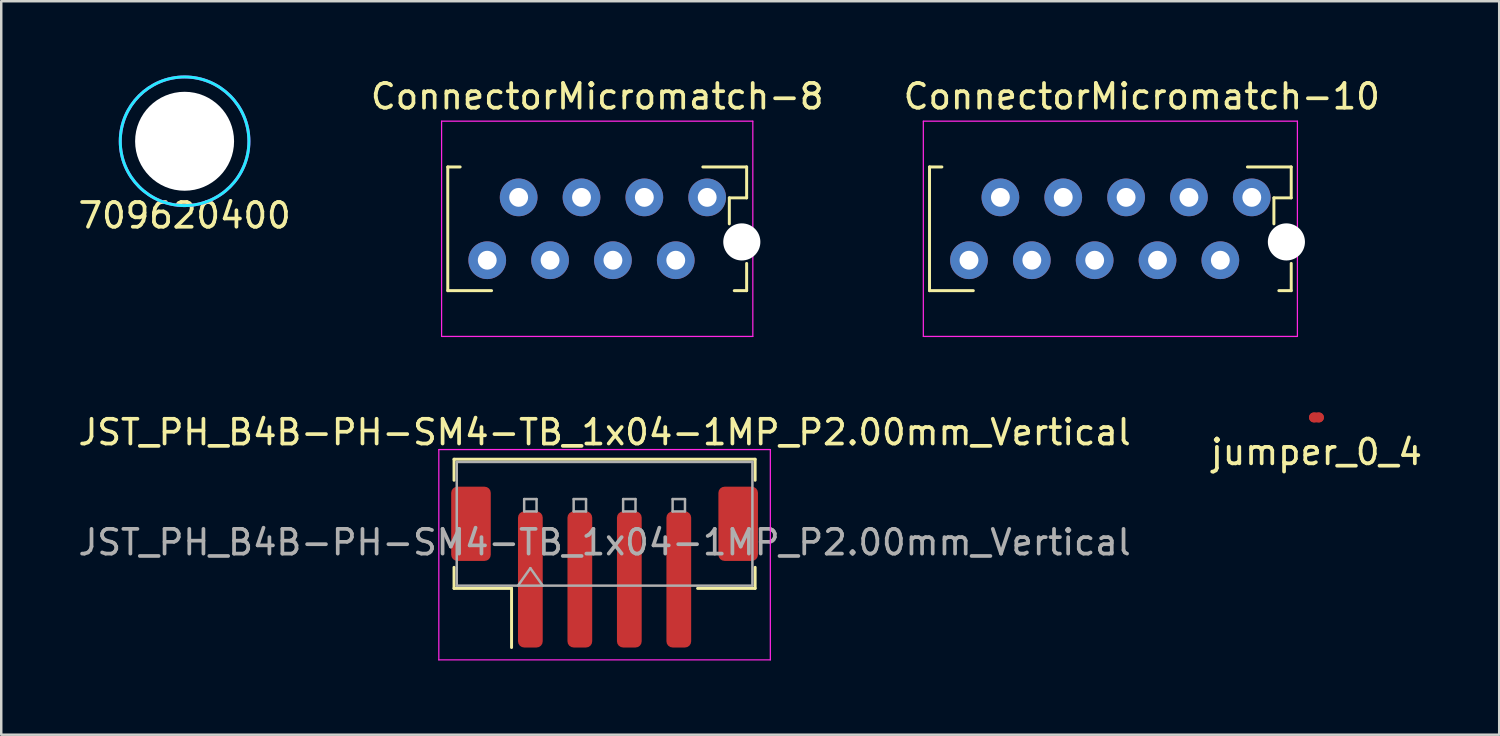
<source format=kicad_pcb>
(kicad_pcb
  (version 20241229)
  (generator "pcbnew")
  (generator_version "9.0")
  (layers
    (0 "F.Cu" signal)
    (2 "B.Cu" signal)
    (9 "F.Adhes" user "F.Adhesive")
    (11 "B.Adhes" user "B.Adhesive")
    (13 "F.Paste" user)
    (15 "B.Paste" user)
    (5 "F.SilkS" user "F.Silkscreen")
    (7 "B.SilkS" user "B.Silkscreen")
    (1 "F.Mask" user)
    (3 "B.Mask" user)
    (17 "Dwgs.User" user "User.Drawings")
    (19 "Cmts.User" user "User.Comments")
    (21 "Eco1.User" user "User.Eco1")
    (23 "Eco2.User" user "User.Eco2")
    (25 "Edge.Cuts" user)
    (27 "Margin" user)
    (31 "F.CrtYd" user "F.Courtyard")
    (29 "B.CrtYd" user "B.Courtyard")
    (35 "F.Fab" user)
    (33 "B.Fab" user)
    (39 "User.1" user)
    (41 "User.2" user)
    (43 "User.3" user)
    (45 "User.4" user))
  (footprint "jumper_0_4"
    (layer "F.Cu")
    (at 50.161 13.823)
    (property "Reference" "jumper_0_4" (at 0 1.4 0) (layer "F.SilkS") (effects (font (size 1 1) (thickness 0.15))))
    (attr through_hole)
    (fp_line (start -0.1 0) (end 0.1 0) (stroke (width 0.4) (type solid)) (layer "F.Cu"))
    (pad "1" smd circle (at -0.1 0) (size 0.4 0.4) (layers "F.Cu"))
    (pad "2" smd circle (at 0.1 0) (size 0.4 0.4) (layers "F.Cu")))
  (footprint "ConnectorMicromatch-10"
    (layer "F.Cu")
    (at 41.831 6.198)
    (property "Reference" "ConnectorMicromatch-10" (at 1.27 -5.35 0) (layer "F.SilkS") (effects (font (size 1 1) (thickness 0.15))))
    (attr smd)
    (fp_line (start -7.31 -2.5) (end -7.31 2.5) (stroke (width 0.12) (type solid)) (layer "F.SilkS"))
    (fp_line (start -7.31 2.5) (end -5.54 2.5) (stroke (width 0.12) (type solid)) (layer "F.SilkS"))
    (fp_line (start -6.81 -2.5) (end -7.31 -2.5) (stroke (width 0.12) (type solid)) (layer "F.SilkS"))
    (fp_line (start 5.54 -2.5) (end 7.31 -2.5) (stroke (width 0.12) (type solid)) (layer "F.SilkS"))
    (fp_line (start 6.61 -1.25) (end 6.61 -0.2) (stroke (width 0.12) (type solid)) (layer "F.SilkS"))
    (fp_line (start 7.31 -2.5) (end 7.31 -1.25) (stroke (width 0.12) (type solid)) (layer "F.SilkS"))
    (fp_line (start 7.31 -1.25) (end 6.61 -1.25) (stroke (width 0.12) (type solid)) (layer "F.SilkS"))
    (fp_line (start 7.31 1.4) (end 7.31 2.5) (stroke (width 0.12) (type solid)) (layer "F.SilkS"))
    (fp_line (start 7.31 2.5) (end 6.81 2.5) (stroke (width 0.12) (type solid)) (layer "F.SilkS"))
    (fp_line (start -7.56 -4.35) (end 7.56 -4.35) (stroke (width 0.05) (type solid)) (layer "F.CrtYd"))
    (fp_line (start -7.56 4.35) (end -7.56 -4.35) (stroke (width 0.05) (type solid)) (layer "F.CrtYd"))
    (fp_line (start 7.56 -4.35) (end 7.56 4.35) (stroke (width 0.05) (type solid)) (layer "F.CrtYd"))
    (fp_line (start 7.56 4.35) (end -7.56 4.35) (stroke (width 0.05) (type solid)) (layer "F.CrtYd"))
    (pad "" np_thru_hole circle (at 7.115 0.53) (size 1.5 1.5) (drill 1.5) (layers "*.Cu" "*.Mask"))
    (pad "1" thru_hole circle (at 5.715 -1.27) (size 1.524 1.524) (drill 0.762) (layers "*.Cu" "*.Mask"))
    (pad "2" thru_hole circle (at 4.445 1.27) (size 1.524 1.524) (drill 0.762) (layers "*.Cu" "*.Mask"))
    (pad "3" thru_hole circle (at 3.175 -1.27) (size 1.524 1.524) (drill 0.762) (layers "*.Cu" "*.Mask"))
    (pad "4" thru_hole circle (at 1.905 1.27) (size 1.524 1.524) (drill 0.762) (layers "*.Cu" "*.Mask"))
    (pad "5" thru_hole circle (at 0.635 -1.27) (size 1.524 1.524) (drill 0.762) (layers "*.Cu" "*.Mask"))
    (pad "6" thru_hole circle (at -0.635 1.27) (size 1.524 1.524) (drill 0.762) (layers "*.Cu" "*.Mask"))
    (pad "7" thru_hole circle (at -1.905 -1.27) (size 1.524 1.524) (drill 0.762) (layers "*.Cu" "*.Mask"))
    (pad "8" thru_hole circle (at -3.175 1.27) (size 1.524 1.524) (drill 0.762) (layers "*.Cu" "*.Mask"))
    (pad "9" thru_hole circle (at -4.445 -1.27) (size 1.524 1.524) (drill 0.762) (layers "*.Cu" "*.Mask"))
    (pad "10" thru_hole circle (at -5.715 1.27) (size 1.524 1.524) (drill 0.762) (layers "*.Cu" "*.Mask")))
  (footprint "ConnectorMicromatch-8"
    (layer "F.Cu")
    (at 21.089 6.198)
    (property "Reference" "ConnectorMicromatch-8" (at 0 -5.35 0) (layer "F.SilkS") (effects (font (size 1 1) (thickness 0.15))))
    (attr smd)
    (fp_line (start -6.04 -2.5) (end -6.04 2.5) (stroke (width 0.12) (type solid)) (layer "F.SilkS"))
    (fp_line (start -6.04 2.5) (end -4.27 2.5) (stroke (width 0.12) (type solid)) (layer "F.SilkS"))
    (fp_line (start -5.54 -2.5) (end -6.04 -2.5) (stroke (width 0.12) (type solid)) (layer "F.SilkS"))
    (fp_line (start 4.27 -2.5) (end 6.04 -2.5) (stroke (width 0.12) (type solid)) (layer "F.SilkS"))
    (fp_line (start 5.34 -1.25) (end 5.34 -0.2) (stroke (width 0.12) (type solid)) (layer "F.SilkS"))
    (fp_line (start 6.04 -2.5) (end 6.04 -1.25) (stroke (width 0.12) (type solid)) (layer "F.SilkS"))
    (fp_line (start 6.04 -1.25) (end 5.34 -1.25) (stroke (width 0.12) (type solid)) (layer "F.SilkS"))
    (fp_line (start 6.04 1.4) (end 6.04 2.5) (stroke (width 0.12) (type solid)) (layer "F.SilkS"))
    (fp_line (start 6.04 2.5) (end 5.54 2.5) (stroke (width 0.12) (type solid)) (layer "F.SilkS"))
    (fp_line (start -6.29 -4.35) (end 6.29 -4.35) (stroke (width 0.05) (type solid)) (layer "F.CrtYd"))
    (fp_line (start -6.29 4.35) (end -6.29 -4.35) (stroke (width 0.05) (type solid)) (layer "F.CrtYd"))
    (fp_line (start 6.29 -4.35) (end 6.29 4.35) (stroke (width 0.05) (type solid)) (layer "F.CrtYd"))
    (fp_line (start 6.29 4.35) (end -6.29 4.35) (stroke (width 0.05) (type solid)) (layer "F.CrtYd"))
    (pad "" np_thru_hole circle (at 5.845 0.53) (size 1.5 1.5) (drill 1.5) (layers "*.Cu" "*.Mask"))
    (pad "1" thru_hole circle (at 4.445 -1.27) (size 1.524 1.524) (drill 0.762) (layers "*.Cu" "*.Mask"))
    (pad "2" thru_hole circle (at 3.175 1.27) (size 1.524 1.524) (drill 0.762) (layers "*.Cu" "*.Mask"))
    (pad "3" thru_hole circle (at 1.905 -1.27) (size 1.524 1.524) (drill 0.762) (layers "*.Cu" "*.Mask"))
    (pad "4" thru_hole circle (at 0.635 1.27) (size 1.524 1.524) (drill 0.762) (layers "*.Cu" "*.Mask"))
    (pad "5" thru_hole circle (at -0.635 -1.27) (size 1.524 1.524) (drill 0.762) (layers "*.Cu" "*.Mask"))
    (pad "6" thru_hole circle (at -1.905 1.27) (size 1.524 1.524) (drill 0.762) (layers "*.Cu" "*.Mask"))
    (pad "7" thru_hole circle (at -3.175 -1.27) (size 1.524 1.524) (drill 0.762) (layers "*.Cu" "*.Mask"))
    (pad "8" thru_hole circle (at -4.445 1.27) (size 1.524 1.524) (drill 0.762) (layers "*.Cu" "*.Mask")))
  (footprint "JST_PH_B4B-PH-SM4-TB_1x04-1MP_P2.00mm_Vertical"
    (layer "F.Cu")
    (at 21.387 19.872)
    (property "Reference" "JST_PH_B4B-PH-SM4-TB_1x04-1MP_P2.00mm_Vertical" (at 0 -5.45 0) (layer "F.SilkS") (effects (font (size 1 1) (thickness 0.15))))
    (attr smd)
    (fp_line (start -6.085 -4.36) (end 6.085 -4.36) (stroke (width 0.12) (type solid)) (layer "F.SilkS"))
    (fp_line (start -6.085 -3.51) (end -6.085 -4.36) (stroke (width 0.12) (type solid)) (layer "F.SilkS"))
    (fp_line (start -6.085 0.01) (end -6.085 0.86) (stroke (width 0.12) (type solid)) (layer "F.SilkS"))
    (fp_line (start -6.085 0.86) (end -3.76 0.86) (stroke (width 0.12) (type solid)) (layer "F.SilkS"))
    (fp_line (start -3.76 0.86) (end -3.76 3.25) (stroke (width 0.12) (type solid)) (layer "F.SilkS"))
    (fp_line (start 6.085 -4.36) (end 6.085 -3.51) (stroke (width 0.12) (type solid)) (layer "F.SilkS"))
    (fp_line (start 6.085 0.01) (end 6.085 0.86) (stroke (width 0.12) (type solid)) (layer "F.SilkS"))
    (fp_line (start 6.085 0.86) (end 3.76 0.86) (stroke (width 0.12) (type solid)) (layer "F.SilkS"))
    (fp_line (start -6.7 -4.75) (end -6.7 3.75) (stroke (width 0.05) (type solid)) (layer "F.CrtYd"))
    (fp_line (start -6.7 3.75) (end 6.7 3.75) (stroke (width 0.05) (type solid)) (layer "F.CrtYd"))
    (fp_line (start 6.7 -4.75) (end -6.7 -4.75) (stroke (width 0.05) (type solid)) (layer "F.CrtYd"))
    (fp_line (start 6.7 3.75) (end 6.7 -4.75) (stroke (width 0.05) (type solid)) (layer "F.CrtYd"))
    (fp_line (start -5.975 -4.25) (end 5.975 -4.25) (stroke (width 0.1) (type solid)) (layer "F.Fab"))
    (fp_line (start -5.975 0.75) (end -5.975 -4.25) (stroke (width 0.1) (type solid)) (layer "F.Fab"))
    (fp_line (start -5.975 0.75) (end 5.975 0.75) (stroke (width 0.1) (type solid)) (layer "F.Fab"))
    (fp_line (start -3.5 0.75) (end -3 0.043) (stroke (width 0.1) (type solid)) (layer "F.Fab"))
    (fp_line (start -3.25 -2.75) (end -3.25 -2.25) (stroke (width 0.1) (type solid)) (layer "F.Fab"))
    (fp_line (start -3.25 -2.25) (end -2.75 -2.25) (stroke (width 0.1) (type solid)) (layer "F.Fab"))
    (fp_line (start -3 0.043) (end -2.5 0.75) (stroke (width 0.1) (type solid)) (layer "F.Fab"))
    (fp_line (start -2.75 -2.75) (end -3.25 -2.75) (stroke (width 0.1) (type solid)) (layer "F.Fab"))
    (fp_line (start -2.75 -2.25) (end -2.75 -2.75) (stroke (width 0.1) (type solid)) (layer "F.Fab"))
    (fp_line (start -1.25 -2.75) (end -1.25 -2.25) (stroke (width 0.1) (type solid)) (layer "F.Fab"))
    (fp_line (start -1.25 -2.25) (end -0.75 -2.25) (stroke (width 0.1) (type solid)) (layer "F.Fab"))
    (fp_line (start -0.75 -2.75) (end -1.25 -2.75) (stroke (width 0.1) (type solid)) (layer "F.Fab"))
    (fp_line (start -0.75 -2.25) (end -0.75 -2.75) (stroke (width 0.1) (type solid)) (layer "F.Fab"))
    (fp_line (start 0.75 -2.75) (end 0.75 -2.25) (stroke (width 0.1) (type solid)) (layer "F.Fab"))
    (fp_line (start 0.75 -2.25) (end 1.25 -2.25) (stroke (width 0.1) (type solid)) (layer "F.Fab"))
    (fp_line (start 1.25 -2.75) (end 0.75 -2.75) (stroke (width 0.1) (type solid)) (layer "F.Fab"))
    (fp_line (start 1.25 -2.25) (end 1.25 -2.75) (stroke (width 0.1) (type solid)) (layer "F.Fab"))
    (fp_line (start 2.75 -2.75) (end 2.75 -2.25) (stroke (width 0.1) (type solid)) (layer "F.Fab"))
    (fp_line (start 2.75 -2.25) (end 3.25 -2.25) (stroke (width 0.1) (type solid)) (layer "F.Fab"))
    (fp_line (start 3.25 -2.75) (end 2.75 -2.75) (stroke (width 0.1) (type solid)) (layer "F.Fab"))
    (fp_line (start 3.25 -2.25) (end 3.25 -2.75) (stroke (width 0.1) (type solid)) (layer "F.Fab"))
    (fp_line (start 5.975 0.75) (end 5.975 -4.25) (stroke (width 0.1) (type solid)) (layer "F.Fab"))
    (fp_text user "${REFERENCE}" (at 0 -1 0) (layer "F.Fab") (effects (font (size 1 1) (thickness 0.15))))
    (pad "1" smd roundrect (at -3 0.5) (size 1 5.5) (layers "F.Cu" "F.Mask" "F.Paste") (roundrect_rratio 0.25))
    (pad "2" smd roundrect (at -1 0.5) (size 1 5.5) (layers "F.Cu" "F.Mask" "F.Paste") (roundrect_rratio 0.25))
    (pad "3" smd roundrect (at 1 0.5) (size 1 5.5) (layers "F.Cu" "F.Mask" "F.Paste") (roundrect_rratio 0.25))
    (pad "4" smd roundrect (at 3 0.5) (size 1 5.5) (layers "F.Cu" "F.Mask" "F.Paste") (roundrect_rratio 0.25))
    (pad "MP" smd roundrect (at -5.4 -1.75) (size 1.6 3) (layers "F.Cu" "F.Mask" "F.Paste") (roundrect_rratio 0.156))
    (pad "MP" smd roundrect (at 5.4 -1.75) (size 1.6 3) (layers "F.Cu" "F.Mask" "F.Paste") (roundrect_rratio 0.156)))
  (footprint "709620400"
    (layer "F.Cu")
    (at 4.411 2.66)
    (property "Reference" "709620400" (at 0 3 0) (layer "F.SilkS") (effects (font (size 1 1) (thickness 0.15))))
    (attr through_hole)
    (fp_circle (center 0 0) (end 2.6 0) (stroke (width 0.12) (type solid)) (fill no) (layer "B.CrtYd"))
    (fp_circle (center 0 0) (end 2.6 0) (stroke (width 0.12) (type solid)) (fill no) (layer "F.CrtYd"))
    (pad "" np_thru_hole circle (at 0 0) (size 4 4) (drill 4) (layers "*.Cu" "*.Mask")))
  (gr_rect
    (start -3 -3)
    (end 57.548 26.646)
    (stroke (width 0.1) (type default))
    (fill no)
    (layer "Edge.Cuts")))
</source>
